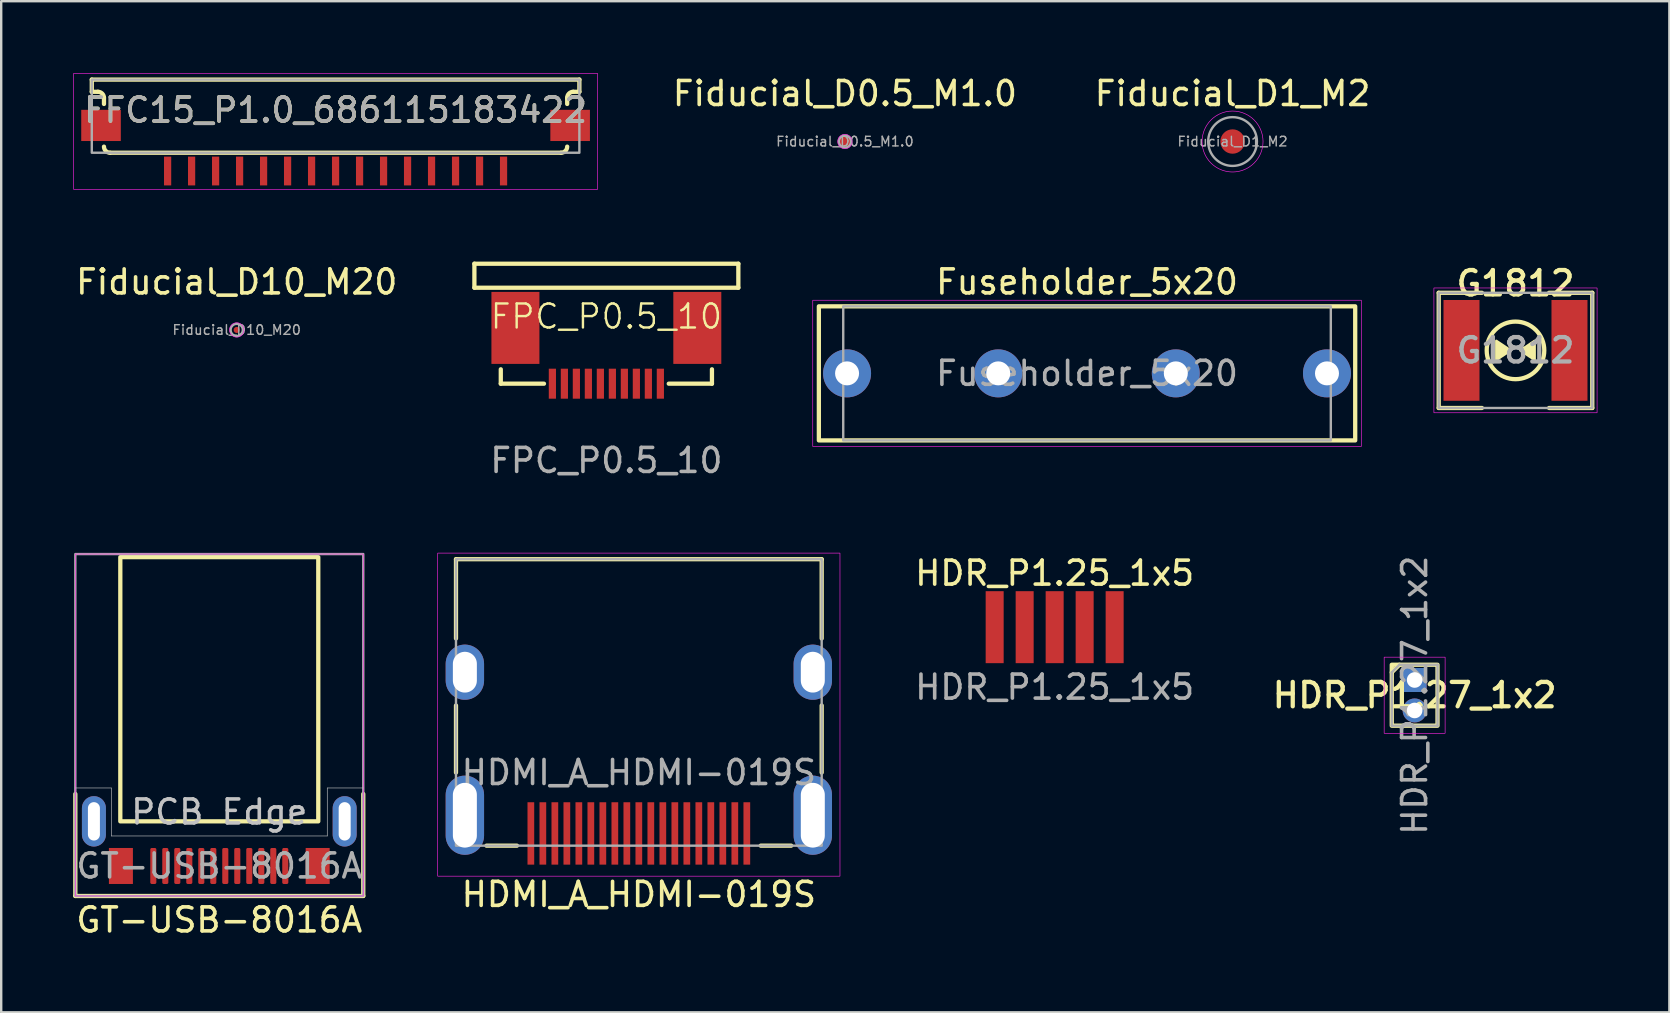
<source format=kicad_pcb>
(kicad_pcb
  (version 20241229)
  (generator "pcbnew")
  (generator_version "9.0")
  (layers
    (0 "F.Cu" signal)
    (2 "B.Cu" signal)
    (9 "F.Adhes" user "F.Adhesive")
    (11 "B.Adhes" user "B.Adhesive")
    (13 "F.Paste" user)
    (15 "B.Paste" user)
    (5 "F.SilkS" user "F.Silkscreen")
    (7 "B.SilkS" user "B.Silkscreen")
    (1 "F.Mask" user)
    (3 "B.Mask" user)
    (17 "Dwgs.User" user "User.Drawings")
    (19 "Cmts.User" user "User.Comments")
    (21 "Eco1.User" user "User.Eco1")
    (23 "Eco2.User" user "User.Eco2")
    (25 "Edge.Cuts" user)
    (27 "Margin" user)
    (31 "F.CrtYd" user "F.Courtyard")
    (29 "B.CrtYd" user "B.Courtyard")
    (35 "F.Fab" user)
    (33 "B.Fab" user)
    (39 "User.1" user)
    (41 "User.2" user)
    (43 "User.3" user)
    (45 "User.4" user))
  (footprint "Fiducial_D0.5_M1.0"
    (layer "F.Cu")
    (at 32.161 2.848)
    (property "Reference" "Fiducial_D0.5_M1.0" (at 0 -2 0) (layer "F.SilkS") (effects (font (size 1 1) (thickness 0.15))))
    (attr smd)
    (fp_circle (center 0 0) (end 0.3 0) (stroke (width 0.025) (type solid)) (fill no) (layer "F.CrtYd"))
    (fp_circle (center 0 0) (end 0.254 0) (stroke (width 0.1) (type solid)) (fill no) (layer "F.Fab"))
    (fp_text user "${REFERENCE}" (at 0 0 0) (layer "F.Fab") (effects (font (size 0.4 0.4) (thickness 0.06))))
    (pad "" smd circle (at 0 0) (size 0.508 0.508) (layers "F.Cu" "F.Mask")))
  (footprint "FFC15_P1.0_686115183422"
    (layer "F.Cu")
    (at 10.935 4.077)
    (property "Reference" "FFC15_P1.0_686115183422" (at 0 -2.54 0) (unlocked yes) (layer "F.SilkS") (effects (font (size 1 1) (thickness 0.15))))
    (fp_line (start -10.16 -3.302) (end -10.16 -3.81) (stroke (width 0.178) (type solid)) (layer "F.SilkS"))
    (fp_line (start -9.906 -3.302) (end -10.16 -3.302) (stroke (width 0.178) (type solid)) (layer "F.SilkS"))
    (fp_line (start -9.652 -2.794) (end -9.652 -3.048) (stroke (width 0.178) (type solid)) (layer "F.SilkS"))
    (fp_line (start -9.398 -0.762) (end 9.398 -0.762) (stroke (width 0.178) (type solid)) (layer "F.SilkS"))
    (fp_line (start 9.652 -2.794) (end 9.652 -3.048) (stroke (width 0.178) (type solid)) (layer "F.SilkS"))
    (fp_line (start 9.906 -3.302) (end 10.16 -3.302) (stroke (width 0.178) (type solid)) (layer "F.SilkS"))
    (fp_line (start 10.16 -3.81) (end -10.16 -3.81) (stroke (width 0.178) (type solid)) (layer "F.SilkS"))
    (fp_line (start 10.16 -3.302) (end 10.16 -3.81) (stroke (width 0.178) (type solid)) (layer "F.SilkS"))
    (fp_arc (start -9.905998 -3.302002) (mid -9.726393 -3.227606) (end -9.652 -3.048) (stroke (width 0.1778) (type solid)) (layer "F.SilkS"))
    (fp_arc (start -9.398 -0.762) (mid -9.577604 -0.836394) (end -9.651998 -1.015998) (stroke (width 0.1778) (type solid)) (layer "F.SilkS"))
    (fp_arc (start 9.652 -3.048) (mid 9.726394 -3.227604) (end 9.905998 -3.301998) (stroke (width 0.1778) (type solid)) (layer "F.SilkS"))
    (fp_arc (start 9.652 -1.016) (mid 9.577606 -0.836396) (end 9.398002 -0.762002) (stroke (width 0.1778) (type solid)) (layer "F.SilkS"))
    (fp_rect (start -10.922 -4.064) (end 10.922 0.762) (stroke (width 0.025) (type solid)) (fill no) (layer "F.CrtYd"))
    (fp_rect (start -10.16 -3.81) (end 10.16 -0.762) (stroke (width 0.1) (type solid)) (fill no) (layer "F.Fab"))
    (fp_text user "${REFERENCE}" (at 0 -2.54 0) (unlocked yes) (layer "F.Fab") (effects (font (size 1 1) (thickness 0.15))))
    (pad "1" smd rect (at -7 0) (size 0.3 1.2) (layers "F.Cu" "F.Mask" "F.Paste"))
    (pad "2" smd rect (at -6 0) (size 0.3 1.2) (layers "F.Cu" "F.Mask" "F.Paste"))
    (pad "3" smd rect (at -5 0) (size 0.3 1.2) (layers "F.Cu" "F.Mask" "F.Paste"))
    (pad "4" smd rect (at -4 0) (size 0.3 1.2) (layers "F.Cu" "F.Mask" "F.Paste"))
    (pad "5" smd rect (at -3 0) (size 0.3 1.2) (layers "F.Cu" "F.Mask" "F.Paste"))
    (pad "6" smd rect (at -2 0) (size 0.3 1.2) (layers "F.Cu" "F.Mask" "F.Paste"))
    (pad "7" smd rect (at -1 0) (size 0.3 1.2) (layers "F.Cu" "F.Mask" "F.Paste"))
    (pad "8" smd rect (at 0 0) (size 0.3 1.2) (layers "F.Cu" "F.Mask" "F.Paste"))
    (pad "9" smd rect (at 1 0) (size 0.3 1.2) (layers "F.Cu" "F.Mask" "F.Paste"))
    (pad "10" smd rect (at 2 0) (size 0.3 1.2) (layers "F.Cu" "F.Mask" "F.Paste"))
    (pad "11" smd rect (at 3 0) (size 0.3 1.2) (layers "F.Cu" "F.Mask" "F.Paste"))
    (pad "12" smd rect (at 4 0) (size 0.3 1.2) (layers "F.Cu" "F.Mask" "F.Paste"))
    (pad "13" smd rect (at 5 0) (size 0.3 1.2) (layers "F.Cu" "F.Mask" "F.Paste"))
    (pad "14" smd rect (at 6 0) (size 0.3 1.2) (layers "F.Cu" "F.Mask" "F.Paste"))
    (pad "15" smd rect (at 7 0) (size 0.3 1.2) (layers "F.Cu" "F.Mask" "F.Paste"))
    (pad "SH" smd rect (at -9.775 -1.9) (size 1.65 1.3) (layers "F.Cu" "F.Mask" "F.Paste"))
    (pad "SH" smd rect (at 9.775 -1.9) (size 1.65 1.3) (layers "F.Cu" "F.Mask" "F.Paste")))
  (footprint "Fiducial_D10_M20"
    (layer "F.Cu")
    (at 6.815 10.7)
    (property "Reference" "Fiducial_D10_M20" (at 0 -2 0) (layer "F.SilkS") (effects (font (size 1 1) (thickness 0.15))))
    (attr smd)
    (fp_circle (center 0 0) (end 0.3 0) (stroke (width 0.025) (type solid)) (fill no) (layer "F.CrtYd"))
    (fp_circle (center 0 0) (end 0.254 0) (stroke (width 0.1) (type solid)) (fill no) (layer "F.Fab"))
    (fp_text user "${REFERENCE}" (at 0 0 0) (layer "F.Fab") (effects (font (size 0.4 0.4) (thickness 0.06))))
    (pad "" smd circle (at 0 0) (size 0.254 0.254) (layers "F.Cu" "F.Mask")))
  (footprint "HDMI_A_HDMI-019S"
    (layer "F.Cu")
    (at 23.573 30.923)
    (property "Reference" "HDMI_A_HDMI-019S" (at 0 3.302 0) (unlocked yes) (layer "F.SilkS") (effects (font (size 1 1) (thickness 0.15))))
    (attr smd)
    (fp_line (start -7.62 -10.668) (end 7.62 -10.668) (stroke (width 0.178) (type solid)) (layer "F.SilkS"))
    (fp_line (start -7.62 -7.366) (end -7.62 -10.668) (stroke (width 0.178) (type solid)) (layer "F.SilkS"))
    (fp_line (start -7.62 -1.778) (end -7.62 -4.572) (stroke (width 0.178) (type solid)) (layer "F.SilkS"))
    (fp_line (start -6.35 1.27) (end -5.08 1.27) (stroke (width 0.178) (type solid)) (layer "F.SilkS"))
    (fp_line (start 5.08 1.27) (end 6.35 1.27) (stroke (width 0.178) (type solid)) (layer "F.SilkS"))
    (fp_line (start 7.62 -10.668) (end 7.62 -7.366) (stroke (width 0.178) (type solid)) (layer "F.SilkS"))
    (fp_line (start 7.62 -4.572) (end 7.62 -1.778) (stroke (width 0.178) (type solid)) (layer "F.SilkS"))
    (fp_rect (start -8.382 2.54) (end 8.382 -10.922) (stroke (width 0.025) (type solid)) (fill no) (layer "F.CrtYd"))
    (fp_rect (start -7.62 1.27) (end 7.62 -10.668) (stroke (width 0.1) (type solid)) (fill no) (layer "F.Fab"))
    (fp_text user "${REFERENCE}" (at 0 -1.778 0) (unlocked yes) (layer "F.Fab") (effects (font (size 1 1) (thickness 0.15))))
    (pad "1" smd rect (at -4.5 0.76) (size 0.28 2.6) (layers "F.Cu" "F.Mask" "F.Paste"))
    (pad "2" smd rect (at -4 0.76) (size 0.28 2.6) (layers "F.Cu" "F.Mask" "F.Paste"))
    (pad "3" smd rect (at -3.5 0.76) (size 0.28 2.6) (layers "F.Cu" "F.Mask" "F.Paste"))
    (pad "4" smd rect (at -3 0.76) (size 0.28 2.6) (layers "F.Cu" "F.Mask" "F.Paste"))
    (pad "5" smd rect (at -2.5 0.76) (size 0.28 2.6) (layers "F.Cu" "F.Mask" "F.Paste"))
    (pad "6" smd rect (at -2 0.76) (size 0.28 2.6) (layers "F.Cu" "F.Mask" "F.Paste"))
    (pad "7" smd rect (at -1.5 0.76) (size 0.28 2.6) (layers "F.Cu" "F.Mask" "F.Paste"))
    (pad "8" smd rect (at -1 0.76) (size 0.28 2.6) (layers "F.Cu" "F.Mask" "F.Paste"))
    (pad "9" smd rect (at -0.5 0.76) (size 0.28 2.6) (layers "F.Cu" "F.Mask" "F.Paste"))
    (pad "10" smd rect (at 0 0.76) (size 0.28 2.6) (layers "F.Cu" "F.Mask" "F.Paste"))
    (pad "11" smd rect (at 0.5 0.76) (size 0.28 2.6) (layers "F.Cu" "F.Mask" "F.Paste"))
    (pad "12" smd rect (at 1 0.76) (size 0.28 2.6) (layers "F.Cu" "F.Mask" "F.Paste"))
    (pad "13" smd rect (at 1.5 0.76) (size 0.28 2.6) (layers "F.Cu" "F.Mask" "F.Paste"))
    (pad "14" smd rect (at 2 0.76) (size 0.28 2.6) (layers "F.Cu" "F.Mask" "F.Paste"))
    (pad "15" smd rect (at 2.5 0.76) (size 0.28 2.6) (layers "F.Cu" "F.Mask" "F.Paste"))
    (pad "16" smd rect (at 3 0.76) (size 0.28 2.6) (layers "F.Cu" "F.Mask" "F.Paste"))
    (pad "17" smd rect (at 3.5 0.76) (size 0.28 2.6) (layers "F.Cu" "F.Mask" "F.Paste"))
    (pad "18" smd rect (at 4 0.76) (size 0.28 2.6) (layers "F.Cu" "F.Mask" "F.Paste"))
    (pad "19" smd rect (at 4.5 0.76) (size 0.28 2.6) (layers "F.Cu" "F.Mask" "F.Paste"))
    (pad "SH" thru_hole oval (at -7.25 -5.96) (size 1.6 2.3) (drill oval 1 1.7) (layers "*.Cu" "*.Mask"))
    (pad "SH" thru_hole oval (at -7.25 0) (size 1.6 3.3) (drill oval 1 2.7) (layers "*.Cu" "*.Mask"))
    (pad "SH" thru_hole oval (at 7.25 -5.96) (size 1.6 2.3) (drill oval 1 1.7) (layers "*.Cu" "*.Mask"))
    (pad "SH" thru_hole oval (at 7.25 0) (size 1.6 3.3) (drill oval 1 2.7) (layers "*.Cu" "*.Mask")))
  (footprint "HDR_P1.27_1x2"
    (layer "F.Cu")
    (at 55.904 25.923)
    (property "Reference" "HDR_P1.27_1x2" (at 0 0 0) (layer "F.SilkS") (effects (font (size 1.016 1.016) (thickness 0.178))))
    (attr through_hole)
    (fp_line (start -0.953 -0.953) (end -0.635 -1.27) (stroke (width 0.178) (type solid)) (layer "F.SilkS"))
    (fp_rect (start -0.953 1.27) (end 0.953 -1.27) (stroke (width 0.178) (type solid)) (fill no) (layer "F.SilkS"))
    (fp_rect (start -1.27 -1.587) (end 1.27 1.587) (stroke (width 0.025) (type solid)) (fill no) (layer "F.CrtYd"))
    (fp_line (start -0.953 -0.953) (end -0.953 1.27) (stroke (width 0.1) (type solid)) (layer "F.Fab"))
    (fp_line (start -0.953 1.27) (end 0.953 1.27) (stroke (width 0.1) (type solid)) (layer "F.Fab"))
    (fp_line (start -0.635 -1.27) (end -0.953 -0.953) (stroke (width 0.1) (type solid)) (layer "F.Fab"))
    (fp_line (start 0.953 -1.27) (end -0.635 -1.27) (stroke (width 0.1) (type solid)) (layer "F.Fab"))
    (fp_line (start 0.953 1.27) (end 0.953 -1.27) (stroke (width 0.1) (type solid)) (layer "F.Fab"))
    (fp_text user "${REFERENCE}" (at 0 0 90) (layer "F.Fab") (effects (font (size 1 1) (thickness 0.15))))
    (pad "1" thru_hole rect (at 0 -0.635) (size 1 1) (drill 0.65) (layers "*.Cu" "*.Mask"))
    (pad "2" thru_hole oval (at 0 0.635) (size 1 1) (drill 0.65) (layers "*.Cu" "*.Mask")))
  (footprint "FPC_P0.5_10"
    (layer "F.Cu")
    (at 22.22 12.94)
    (property "Reference" "FPC_P0.5_10" (at 0 -2.8 0) (unlocked yes) (layer "F.SilkS") (effects (font (size 1 1) (thickness 0.1))))
    (attr smd)
    (fp_line (start -5.5 -5) (end 5.5 -5) (stroke (width 0.178) (type default)) (layer "F.SilkS"))
    (fp_line (start -5.5 -4) (end -5.5 -5) (stroke (width 0.178) (type default)) (layer "F.SilkS"))
    (fp_line (start -4.4 -0.6) (end -4.4 0) (stroke (width 0.178) (type default)) (layer "F.SilkS"))
    (fp_line (start -4.4 0) (end -2.6 0) (stroke (width 0.178) (type default)) (layer "F.SilkS"))
    (fp_line (start 2.6 0) (end 4.4 0) (stroke (width 0.178) (type default)) (layer "F.SilkS"))
    (fp_line (start 4.4 0) (end 4.4 -0.6) (stroke (width 0.178) (type default)) (layer "F.SilkS"))
    (fp_line (start 5.5 -5) (end 5.5 -4) (stroke (width 0.178) (type default)) (layer "F.SilkS"))
    (fp_line (start 5.5 -4) (end -5.5 -4) (stroke (width 0.178) (type default)) (layer "F.SilkS"))
    (fp_text user "${REFERENCE}" (at 0 3.2 0) (unlocked yes) (layer "F.Fab") (effects (font (size 1 1) (thickness 0.15))))
    (pad "1" smd rect (at -2.25 0) (size 0.3 1.25) (layers "F.Cu" "F.Mask" "F.Paste"))
    (pad "2" smd rect (at -1.75 0) (size 0.3 1.25) (layers "F.Cu" "F.Mask" "F.Paste"))
    (pad "3" smd rect (at -1.25 0) (size 0.3 1.25) (layers "F.Cu" "F.Mask" "F.Paste"))
    (pad "4" smd rect (at -0.75 0) (size 0.3 1.25) (layers "F.Cu" "F.Mask" "F.Paste"))
    (pad "5" smd rect (at -0.25 0) (size 0.3 1.25) (layers "F.Cu" "F.Mask" "F.Paste"))
    (pad "6" smd rect (at 0.25 0) (size 0.3 1.25) (layers "F.Cu" "F.Mask" "F.Paste"))
    (pad "7" smd rect (at 0.75 0) (size 0.3 1.25) (layers "F.Cu" "F.Mask" "F.Paste"))
    (pad "8" smd rect (at 1.25 0) (size 0.3 1.25) (layers "F.Cu" "F.Mask" "F.Paste"))
    (pad "9" smd rect (at 1.75 0) (size 0.3 1.25) (layers "F.Cu" "F.Mask" "F.Paste"))
    (pad "10" smd rect (at 2.25 0) (size 0.3 1.25) (layers "F.Cu" "F.Mask" "F.Paste"))
    (pad "SH" smd rect (at -3.79 -2.325) (size 2 3) (layers "F.Cu" "F.Mask" "F.Paste"))
    (pad "SH" smd rect (at 3.79 -2.325) (size 2 3) (layers "F.Cu" "F.Mask" "F.Paste")))
  (footprint "HDR_P1.25_1x5"
    (layer "F.Cu")
    (at 40.902 23.087)
    (property "Reference" "HDR_P1.25_1x5" (at 0 -2.25 0) (unlocked yes) (layer "F.SilkS") (effects (font (size 1 1) (thickness 0.15))))
    (attr smd)
    (fp_text user "${REFERENCE}" (at 0 2.5 0) (unlocked yes) (layer "F.Fab") (effects (font (size 1 1) (thickness 0.15))))
    (pad "1" smd rect (at -2.5 0) (size 0.75 3) (layers "F.Cu" "F.Mask" "F.Paste"))
    (pad "2" smd rect (at -1.25 0) (size 0.75 3) (layers "F.Cu" "F.Mask" "F.Paste"))
    (pad "3" smd rect (at 0 0) (size 0.75 3) (layers "F.Cu" "F.Mask" "F.Paste"))
    (pad "4" smd rect (at 1.25 0) (size 0.75 3) (layers "F.Cu" "F.Mask" "F.Paste"))
    (pad "5" smd rect (at 2.5 0) (size 0.75 3) (layers "F.Cu" "F.Mask" "F.Paste")))
  (footprint "Fuseholder_5x20"
    (layer "F.Cu")
    (at 42.251 12.51)
    (property "Reference" "Fuseholder_5x20" (at 0 -3.81 0) (unlocked yes) (layer "F.SilkS") (effects (font (size 1 1) (thickness 0.15))))
    (attr through_hole)
    (fp_rect (start -11.176 -2.794) (end 11.176 2.794) (stroke (width 0.178) (type solid)) (fill no) (layer "F.SilkS"))
    (fp_rect (start -11.43 -3.048) (end 11.43 3.048) (stroke (width 0.025) (type solid)) (fill no) (layer "F.CrtYd"))
    (fp_rect (start -10.16 -2.794) (end 10.16 2.794) (stroke (width 0.1) (type solid)) (fill no) (layer "F.Fab"))
    (fp_text user "${REFERENCE}" (at 0 0 0) (unlocked yes) (layer "F.Fab") (effects (font (size 1 1) (thickness 0.15))))
    (pad "1" thru_hole circle (at -10 0) (size 2 2) (drill 1) (layers "*.Cu" "*.Mask"))
    (pad "1" thru_hole circle (at -3.7 0) (size 2 2) (drill 1) (layers "*.Cu" "*.Mask"))
    (pad "2" thru_hole circle (at 3.7 0) (size 2 2) (drill 1) (layers "*.Cu" "*.Mask"))
    (pad "2" thru_hole circle (at 10 0) (size 2 2) (drill 1) (layers "*.Cu" "*.Mask")))
  (footprint "G1812"
    (layer "F.Cu")
    (at 60.107 11.552)
    (property "Reference" "G1812" (at 0 -2.794 0) (unlocked yes) (layer "F.SilkS") (effects (font (size 1.016 1.016) (thickness 0.178))))
    (attr smd)
    (fp_line (start -3.2 -2.4) (end -1.4 -2.4) (stroke (width 0.178) (type solid)) (layer "F.SilkS"))
    (fp_line (start -3.2 2.4) (end -3.2 -2.4) (stroke (width 0.178) (type solid)) (layer "F.SilkS"))
    (fp_line (start -3.2 2.4) (end -1.4 2.4) (stroke (width 0.178) (type solid)) (layer "F.SilkS"))
    (fp_line (start 1.4 -2.4) (end 3.2 -2.4) (stroke (width 0.178) (type solid)) (layer "F.SilkS"))
    (fp_line (start 1.4 2.4) (end 3.2 2.4) (stroke (width 0.178) (type solid)) (layer "F.SilkS"))
    (fp_line (start 3.2 2.4) (end 3.2 -2.4) (stroke (width 0.178) (type solid)) (layer "F.SilkS"))
    (fp_circle (center 0 0) (end 1.2 0) (stroke (width 0.178) (type default)) (fill no) (layer "F.SilkS"))
    (fp_poly (pts (xy -0.8 0.4) (xy -0.8 -0.4) (xy -0.2 0)) (stroke (width 0.1) (type solid)) (fill yes) (layer "F.SilkS"))
    (fp_poly (pts (xy 0.8 -0.4) (xy 0.2 0) (xy 0.8 0.4)) (stroke (width 0.1) (type solid)) (fill yes) (layer "F.SilkS"))
    (fp_rect (start -3.4 -2.6) (end 3.4 2.6) (stroke (width 0.025) (type solid)) (fill no) (layer "F.CrtYd"))
    (fp_rect (start -3.2 -2.4) (end 3.2 2.4) (stroke (width 0.1) (type solid)) (fill no) (layer "F.Fab"))
    (fp_text user "${REFERENCE}" (at 0 0 0) (unlocked yes) (layer "F.Fab") (effects (font (size 1.016 1.016) (thickness 0.178))))
    (pad "1" smd rect (at -2.25 0) (size 1.5 4.2) (layers "F.Cu" "F.Mask" "F.Paste"))
    (pad "2" smd rect (at 2.25 0) (size 1.5 4.2) (layers "F.Cu" "F.Mask" "F.Paste")))
  (footprint "Fiducial_D1_M2"
    (layer "F.Cu")
    (at 48.316 2.848)
    (property "Reference" "Fiducial_D1_M2" (at 0 -2 0) (layer "F.SilkS") (effects (font (size 1 1) (thickness 0.15))))
    (attr smd)
    (fp_circle (center 0 0) (end 1.27 0) (stroke (width 0.025) (type solid)) (fill no) (layer "F.CrtYd"))
    (fp_circle (center 0 0) (end 1.016 0) (stroke (width 0.1) (type solid)) (fill no) (layer "F.Fab"))
    (fp_text user "${REFERENCE}" (at 0 0 0) (layer "F.Fab") (effects (font (size 0.4 0.4) (thickness 0.06))))
    (pad "" smd circle (at 0 0) (size 1.016 1.016) (layers "F.Cu" "F.Mask")))
  (footprint "GT-USB-8016A"
    (layer "F.Cu")
    (at 6.089 33.039)
    (property "Reference" "GT-USB-8016A" (at 0 2.25 0) (unlocked yes) (layer "F.SilkS") (effects (font (size 1 1) (thickness 0.15))))
    (attr smd)
    (fp_line (start -6 -3) (end -6 1.25) (stroke (width 0.178) (type solid)) (layer "F.SilkS"))
    (fp_line (start -6 1.25) (end 6 1.25) (stroke (width 0.178) (type solid)) (layer "F.SilkS"))
    (fp_line (start 6 1.25) (end 6 -3) (stroke (width 0.178) (type solid)) (layer "F.SilkS"))
    (fp_rect (start -4.125 -12.87) (end 4.125 -1.86) (stroke (width 0.178) (type solid)) (fill no) (layer "F.SilkS"))
    (fp_line (start -6 -3.25) (end -4.5 -3.25) (stroke (width 0.025) (type solid)) (layer "Dwgs.User"))
    (fp_line (start -4.5 -1.25) (end -4.5 -3.25) (stroke (width 0.025) (type solid)) (layer "Dwgs.User"))
    (fp_line (start -4.5 -1.25) (end 4.5 -1.25) (stroke (width 0.025) (type solid)) (layer "Dwgs.User"))
    (fp_line (start 4.5 -1.25) (end 4.5 -3.25) (stroke (width 0.025) (type solid)) (layer "Dwgs.User"))
    (fp_line (start 6 -3.25) (end 4.5 -3.25) (stroke (width 0.025) (type solid)) (layer "Dwgs.User"))
    (fp_rect (start -6 1.25) (end 6 -13) (stroke (width 0.025) (type solid)) (fill no) (layer "F.CrtYd"))
    (fp_rect (start -6 1.25) (end 6 -13) (stroke (width 0.1) (type solid)) (fill no) (layer "F.Fab"))
    (fp_text user "PCB Edge" (at 0 -2.25 0) (unlocked yes) (layer "Dwgs.User") (effects (font (size 1 1) (thickness 0.15))))
    (fp_text user "${REFERENCE}" (at 0 0 0) (unlocked yes) (layer "F.Fab") (effects (font (size 1 1) (thickness 0.15))))
    (pad "A1" smd roundrect (at -2.75 0) (size 0.254 1.5) (layers "F.Cu" "F.Mask" "F.Paste") (roundrect_rratio 0.25))
    (pad "A2" smd roundrect (at -2.25 0) (size 0.254 1.5) (layers "F.Cu" "F.Mask" "F.Paste") (roundrect_rratio 0.25))
    (pad "A3" smd roundrect (at -1.75 0) (size 0.254 1.5) (layers "F.Cu" "F.Mask" "F.Paste") (roundrect_rratio 0.25))
    (pad "A4" smd roundrect (at -1.25 0) (size 0.254 1.5) (layers "F.Cu" "F.Mask" "F.Paste") (roundrect_rratio 0.25))
    (pad "A5" smd roundrect (at -0.75 0) (size 0.254 1.5) (layers "F.Cu" "F.Mask" "F.Paste") (roundrect_rratio 0.25))
    (pad "A6" smd roundrect (at -0.25 0) (size 0.254 1.5) (layers "F.Cu" "F.Mask" "F.Paste") (roundrect_rratio 0.25))
    (pad "A7" smd roundrect (at 0.25 0) (size 0.254 1.5) (layers "F.Cu" "F.Mask" "F.Paste") (roundrect_rratio 0.25))
    (pad "A8" smd roundrect (at 0.75 0) (size 0.254 1.5) (layers "F.Cu" "F.Mask" "F.Paste") (roundrect_rratio 0.25))
    (pad "A9" smd roundrect (at 1.25 0) (size 0.254 1.5) (layers "F.Cu" "F.Mask" "F.Paste") (roundrect_rratio 0.25))
    (pad "A12" smd roundrect (at 2.75 0) (size 0.254 1.5) (layers "F.Cu" "F.Mask" "F.Paste") (roundrect_rratio 0.25))
    (pad "B10" smd roundrect (at 1.75 0) (size 0.254 1.5) (layers "F.Cu" "F.Mask" "F.Paste") (roundrect_rratio 0.25))
    (pad "B11" smd roundrect (at 2.25 0) (size 0.254 1.5) (layers "F.Cu" "F.Mask" "F.Paste") (roundrect_rratio 0.25))
    (pad "S1" thru_hole oval (at -5.225 -1.86) (size 1 2.1) (drill oval 0.5 1.6) (layers "*.Cu" "*.Mask"))
    (pad "S1" smd rect (at -4.1 0) (size 1 1.5) (layers "F.Cu" "F.Mask" "F.Paste"))
    (pad "S1" smd rect (at 4.1 0) (size 1 1.5) (layers "F.Cu" "F.Mask" "F.Paste"))
    (pad "S1" thru_hole oval (at 5.225 -1.86) (size 1 2.1) (drill oval 0.5 1.6) (layers "*.Cu" "*.Mask")))
  (gr_rect
    (start -3 -3)
    (end 66.52 39.137)
    (stroke (width 0.1) (type default))
    (fill no)
    (layer "Edge.Cuts")))
</source>
